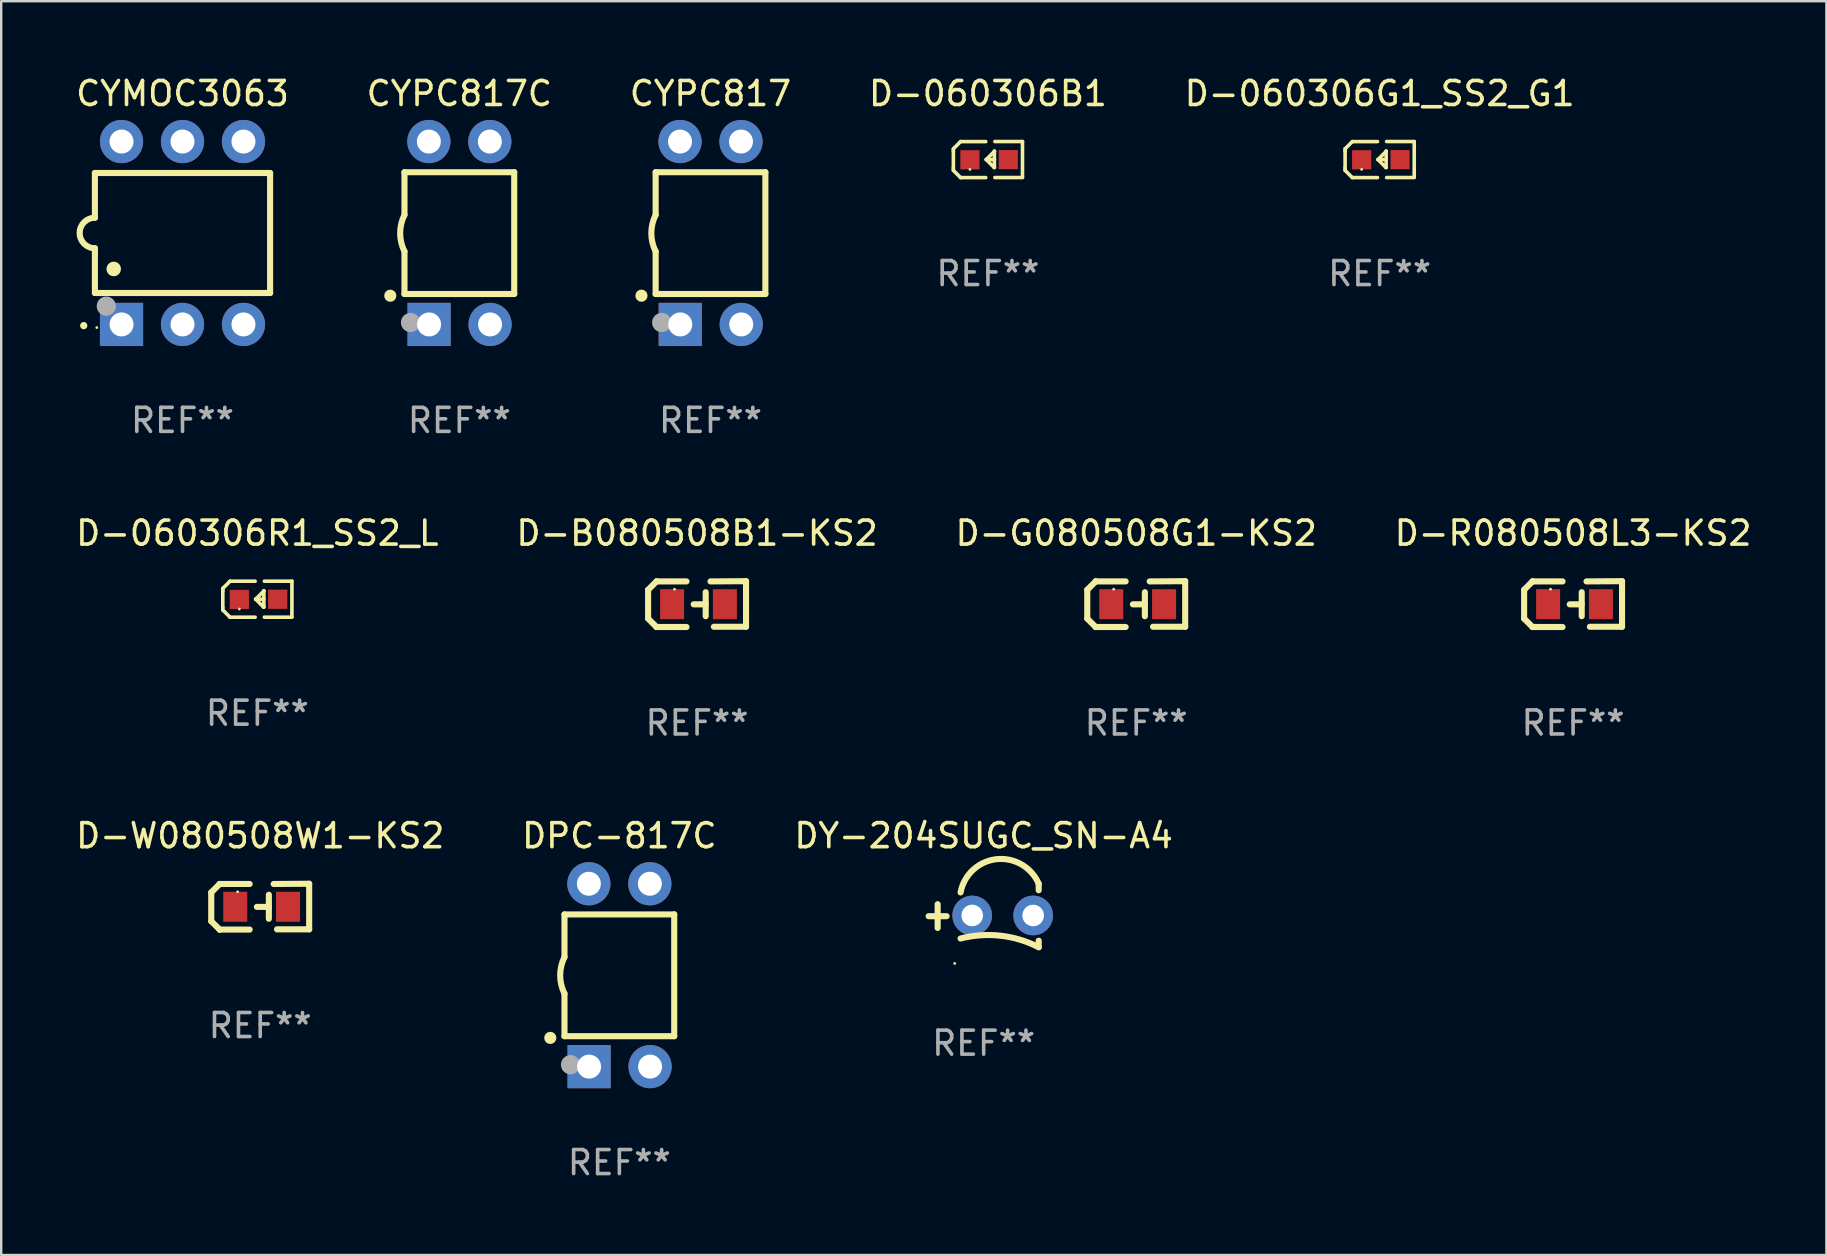
<source format=kicad_pcb>
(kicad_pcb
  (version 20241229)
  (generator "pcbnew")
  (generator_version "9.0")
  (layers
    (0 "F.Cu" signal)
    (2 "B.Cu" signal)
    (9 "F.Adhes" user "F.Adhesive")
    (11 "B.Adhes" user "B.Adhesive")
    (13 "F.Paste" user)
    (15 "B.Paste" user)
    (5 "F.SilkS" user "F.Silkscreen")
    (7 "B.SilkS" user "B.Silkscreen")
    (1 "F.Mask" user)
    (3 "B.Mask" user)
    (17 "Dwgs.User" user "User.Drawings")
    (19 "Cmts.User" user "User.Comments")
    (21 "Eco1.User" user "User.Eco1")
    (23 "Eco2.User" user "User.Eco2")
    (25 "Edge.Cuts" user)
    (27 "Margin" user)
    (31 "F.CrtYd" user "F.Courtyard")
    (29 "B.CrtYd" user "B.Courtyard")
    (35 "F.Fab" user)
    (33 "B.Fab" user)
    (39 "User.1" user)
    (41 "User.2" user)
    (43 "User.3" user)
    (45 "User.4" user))
  (footprint "CYMOC3063"
    (layer "F.Cu")
    (at 4.554 6.658)
    (property "Reference" "CYMOC3063" (at 0 -5.81 0) (layer "F.SilkS") (effects (font (size 1 1) (thickness 0.15))))
    (attr through_hole)
    (fp_line (start -3.65 -2.5) (end 3.65 -2.5) (stroke (width 0.254) (type solid)) (layer "F.SilkS"))
    (fp_line (start -3.65 -0.635) (end -3.65 -2.5) (stroke (width 0.254) (type solid)) (layer "F.SilkS"))
    (fp_line (start -3.65 0.635) (end -3.65 2.5) (stroke (width 0.254) (type solid)) (layer "F.SilkS"))
    (fp_line (start -3.65 2.5) (end 3.65 2.5) (stroke (width 0.254) (type solid)) (layer "F.SilkS"))
    (fp_line (start 3.65 -2.5) (end 3.65 2.5) (stroke (width 0.254) (type solid)) (layer "F.SilkS"))
    (fp_arc (start -4.114808 3.860808) (mid -4.114813 3.859538) (end -4.114808 3.858268) (stroke (width 0.3) (type solid)) (layer "F.SilkS"))
    (fp_arc (start -3.650013 0.635001) (mid -4.285014 0) (end -3.650013 -0.635001) (stroke (width 0.254001) (type solid)) (layer "F.SilkS"))
    (fp_arc (start -2.865405 1.501143) (mid -2.865416 1.498603) (end -2.865405 1.496063) (stroke (width 0.6) (type solid)) (layer "F.SilkS"))
    (fp_circle (center -3.57 3.94) (end -3.54 3.94) (stroke (width 0.06) (type solid)) (fill no) (layer "F.SilkS"))
    (fp_circle (center -3.175 3.048) (end -2.975 3.048) (stroke (width 0.4) (type solid)) (fill no) (layer "F.Fab"))
    (fp_text user "REF**" (at 0 7.81 0) (layer "F.Fab") (effects (font (size 1 1) (thickness 0.15))))
    (pad "1" thru_hole rect (at -2.54 3.81 90) (size 1.8 1.8) (drill 1) (layers "*.Cu" "*.Mask"))
    (pad "2" thru_hole circle (at 0 3.81) (size 1.8 1.8) (drill 1) (layers "*.Cu" "*.Mask"))
    (pad "3" thru_hole circle (at 2.54 3.81) (size 1.8 1.8) (drill 1) (layers "*.Cu" "*.Mask"))
    (pad "4" thru_hole circle (at 2.54 -3.81) (size 1.8 1.8) (drill 1) (layers "*.Cu" "*.Mask"))
    (pad "5" thru_hole circle (at 0 -3.81) (size 1.8 1.8) (drill 1) (layers "*.Cu" "*.Mask"))
    (pad "6" thru_hole circle (at -2.54 -3.81) (size 1.8 1.8) (drill 1) (layers "*.Cu" "*.Mask")))
  (footprint "D-060306R1_SS2_L"
    (layer "F.Cu")
    (at 7.673 21.916)
    (property "Reference" "D-060306R1_SS2_L" (at 0 -2.751 0) (layer "F.SilkS") (effects (font (size 1 1) (thickness 0.15))))
    (attr through_hole)
    (fp_line (start -1.44 -0.449) (end -1.14 -0.749) (stroke (width 0.15) (type solid)) (layer "F.SilkS"))
    (fp_line (start -1.44 -0.349) (end -1.44 -0.449) (stroke (width 0.15) (type solid)) (layer "F.SilkS"))
    (fp_line (start -1.44 -0.349) (end -1.44 0.351) (stroke (width 0.15) (type solid)) (layer "F.SilkS"))
    (fp_line (start -1.44 0.351) (end -1.44 0.451) (stroke (width 0.15) (type solid)) (layer "F.SilkS"))
    (fp_line (start -1.44 0.451) (end -1.14 0.751) (stroke (width 0.15) (type solid)) (layer "F.SilkS"))
    (fp_line (start -0.09 -0.749) (end -1.14 -0.749) (stroke (width 0.15) (type solid)) (layer "F.SilkS"))
    (fp_line (start -0.09 0.751) (end -1.14 0.751) (stroke (width 0.15) (type solid)) (layer "F.SilkS"))
    (fp_line (start 0.26 0.329) (end -0.07 -0.001) (stroke (width 0.15) (type solid)) (layer "F.SilkS"))
    (fp_line (start 0.27 -0.351) (end 0.27 -0.341) (stroke (width 0.15) (type solid)) (layer "F.SilkS"))
    (fp_line (start 0.27 -0.351) (end 0.27 0.329) (stroke (width 0.15) (type solid)) (layer "F.SilkS"))
    (fp_line (start 0.27 -0.341) (end -0.07 -0.001) (stroke (width 0.15) (type solid)) (layer "F.SilkS"))
    (fp_line (start 0.27 -0.001) (end -0.07 -0.001) (stroke (width 0.15) (type solid)) (layer "F.SilkS"))
    (fp_line (start 0.27 0.329) (end 0.26 0.329) (stroke (width 0.15) (type solid)) (layer "F.SilkS"))
    (fp_line (start 0.29 -0.751) (end 1.44 -0.751) (stroke (width 0.15) (type solid)) (layer "F.SilkS"))
    (fp_line (start 0.29 0.749) (end 1.44 0.749) (stroke (width 0.15) (type solid)) (layer "F.SilkS"))
    (fp_line (start 1.44 -0.751) (end 1.44 0.729) (stroke (width 0.15) (type solid)) (layer "F.SilkS"))
    (fp_circle (center -0.75 0.409) (end -0.72 0.409) (stroke (width 0.06) (type solid)) (fill no) (layer "F.SilkS"))
    (fp_text user "REF**" (at 0 4.751 0) (layer "F.Fab") (effects (font (size 1 1) (thickness 0.15))))
    (pad "1" smd rect (at -0.75 0.009 90) (size 0.8 0.8) (layers "F.Cu" "F.Mask" "F.Paste"))
    (pad "2" smd rect (at 0.849 0.002 90) (size 0.8 0.8) (layers "F.Cu" "F.Mask" "F.Paste")))
  (footprint "DY-204SUGC_SN-A4"
    (layer "F.Cu")
    (at 37.935 35.094)
    (property "Reference" "DY-204SUGC_SN-A4" (at 0 -3.323 0) (layer "F.SilkS") (effects (font (size 1 1) (thickness 0.15))))
    (attr through_hole)
    (fp_line (start -1.917 0.52) (end -1.917 -0.47) (stroke (width 0.254) (type solid)) (layer "F.SilkS"))
    (fp_line (start -1.543 0.03) (end -2.293 0.03) (stroke (width 0.254) (type solid)) (layer "F.SilkS"))
    (fp_line (start 2.293 -1.051) (end 2.293 -1.323) (stroke (width 0.254) (type solid)) (layer "F.SilkS"))
    (fp_line (start 2.293 1.323) (end 2.293 1.051) (stroke (width 0.254) (type solid)) (layer "F.SilkS"))
    (fp_arc (start -0.96124 0.960224) (mid 0.699225 0.843072) (end 2.293167 1.322885) (stroke (width 0.254001) (type solid)) (layer "F.SilkS"))
    (fp_arc (start -0.961239 -0.960224) (mid 0.531872 -2.344856) (end 2.293167 -1.322885) (stroke (width 0.254001) (type solid)) (layer "F.SilkS"))
    (fp_circle (center -1.207 2) (end -1.177 2) (stroke (width 0.06) (type solid)) (fill no) (layer "F.SilkS"))
    (fp_text user "REF**" (at 0 5.323 0) (layer "F.Fab") (effects (font (size 1 1) (thickness 0.15))))
    (pad "1" thru_hole circle (at -0.477 0) (size 1.651 1.651) (drill 0.9) (layers "*.Cu" "*.Mask"))
    (pad "2" thru_hole circle (at 2.063 0) (size 1.651 1.651) (drill 0.9) (layers "*.Cu" "*.Mask")))
  (footprint "DPC-817C"
    (layer "F.Cu")
    (at 22.756 37.582)
    (property "Reference" "DPC-817C" (at 0 -5.81 0) (layer "F.SilkS") (effects (font (size 1 1) (thickness 0.15))))
    (attr through_hole)
    (fp_line (start -2.286 -2.532) (end -2.286 -0.754) (stroke (width 0.254) (type solid)) (layer "F.SilkS"))
    (fp_line (start -2.286 -2.532) (end 2.286 -2.532) (stroke (width 0.254) (type solid)) (layer "F.SilkS"))
    (fp_line (start -2.286 0.77) (end -2.286 2.542) (stroke (width 0.254) (type solid)) (layer "F.SilkS"))
    (fp_line (start -2.286 2.542) (end 2.286 2.542) (stroke (width 0.254) (type solid)) (layer "F.SilkS"))
    (fp_line (start 2.286 -2.532) (end 2.286 2.542) (stroke (width 0.254) (type solid)) (layer "F.SilkS"))
    (fp_arc (start -2.286005 0.769952) (mid -2.465889 0.00795) (end -2.286005 -0.754051) (stroke (width 0.254001) (type solid)) (layer "F.SilkS"))
    (fp_circle (center -2.877 2.613) (end -2.75 2.613) (stroke (width 0.254) (type solid)) (fill no) (layer "F.SilkS"))
    (fp_circle (center -2.29 3.935) (end -2.26 3.935) (stroke (width 0.06) (type solid)) (fill no) (layer "F.SilkS"))
    (fp_circle (center -2.035 3.73) (end -1.835 3.73) (stroke (width 0.4) (type solid)) (fill no) (layer "F.Fab"))
    (fp_text user "REF**" (at 0 7.81 0) (layer "F.Fab") (effects (font (size 1 1) (thickness 0.15))))
    (pad "1" thru_hole rect (at -1.26 3.81 180) (size 1.8 1.8) (drill 1) (layers "*.Cu" "*.Mask"))
    (pad "2" thru_hole circle (at 1.28 3.81) (size 1.8 1.8) (drill 1) (layers "*.Cu" "*.Mask"))
    (pad "3" thru_hole circle (at 1.27 -3.81) (size 1.8 1.8) (drill 1) (layers "*.Cu" "*.Mask"))
    (pad "4" thru_hole circle (at -1.27 -3.81) (size 1.8 1.8) (drill 1) (layers "*.Cu" "*.Mask")))
  (footprint "CYPC817C"
    (layer "F.Cu")
    (at 16.089 6.658)
    (property "Reference" "CYPC817C" (at 0 -5.81 0) (layer "F.SilkS") (effects (font (size 1 1) (thickness 0.15))))
    (attr through_hole)
    (fp_line (start -2.286 -2.532) (end -2.286 -0.754) (stroke (width 0.254) (type solid)) (layer "F.SilkS"))
    (fp_line (start -2.286 -2.532) (end 2.286 -2.532) (stroke (width 0.254) (type solid)) (layer "F.SilkS"))
    (fp_line (start -2.286 0.77) (end -2.286 2.542) (stroke (width 0.254) (type solid)) (layer "F.SilkS"))
    (fp_line (start -2.286 2.542) (end 2.286 2.542) (stroke (width 0.254) (type solid)) (layer "F.SilkS"))
    (fp_line (start 2.286 -2.532) (end 2.286 2.542) (stroke (width 0.254) (type solid)) (layer "F.SilkS"))
    (fp_arc (start -2.286005 0.769952) (mid -2.465889 0.00795) (end -2.286005 -0.754051) (stroke (width 0.254001) (type solid)) (layer "F.SilkS"))
    (fp_circle (center -2.877 2.613) (end -2.75 2.613) (stroke (width 0.254) (type solid)) (fill no) (layer "F.SilkS"))
    (fp_circle (center -2.29 3.935) (end -2.26 3.935) (stroke (width 0.06) (type solid)) (fill no) (layer "F.SilkS"))
    (fp_circle (center -2.035 3.73) (end -1.835 3.73) (stroke (width 0.4) (type solid)) (fill no) (layer "F.Fab"))
    (fp_text user "REF**" (at 0 7.81 0) (layer "F.Fab") (effects (font (size 1 1) (thickness 0.15))))
    (pad "1" thru_hole rect (at -1.26 3.81 180) (size 1.8 1.8) (drill 1) (layers "*.Cu" "*.Mask"))
    (pad "2" thru_hole circle (at 1.28 3.81) (size 1.8 1.8) (drill 1) (layers "*.Cu" "*.Mask"))
    (pad "3" thru_hole circle (at 1.27 -3.81) (size 1.8 1.8) (drill 1) (layers "*.Cu" "*.Mask"))
    (pad "4" thru_hole circle (at -1.27 -3.81) (size 1.8 1.8) (drill 1) (layers "*.Cu" "*.Mask")))
  (footprint "D-R080508L3-KS2"
    (layer "F.Cu")
    (at 62.494 22.12)
    (property "Reference" "D-R080508L3-KS2" (at 0 -2.955 0) (layer "F.SilkS") (effects (font (size 1 1) (thickness 0.15))))
    (attr through_hole)
    (fp_line (start -2.04 -0.595) (end -2.04 0.605) (stroke (width 0.254) (type solid)) (layer "F.SilkS"))
    (fp_line (start -1.69 -0.945) (end -1.69 -0.945) (stroke (width 0.254) (type solid)) (layer "F.SilkS"))
    (fp_line (start -1.69 -0.945) (end -2.04 -0.595) (stroke (width 0.254) (type solid)) (layer "F.SilkS"))
    (fp_line (start -1.69 0.955) (end -2.04 0.605) (stroke (width 0.254) (type solid)) (layer "F.SilkS"))
    (fp_line (start -1.69 0.955) (end -1.69 0.955) (stroke (width 0.254) (type solid)) (layer "F.SilkS"))
    (fp_line (start -0.44 -0.945) (end -1.69 -0.945) (stroke (width 0.254) (type solid)) (layer "F.SilkS"))
    (fp_line (start -0.44 0.955) (end -1.69 0.955) (stroke (width 0.254) (type solid)) (layer "F.SilkS"))
    (fp_line (start 0.36 -0.495) (end 0.36 0.505) (stroke (width 0.254) (type solid)) (layer "F.SilkS"))
    (fp_line (start 0.36 0.01) (end -0.14 0.01) (stroke (width 0.254) (type solid)) (layer "F.SilkS"))
    (fp_line (start 0.56 -0.945) (end 2.04 -0.955) (stroke (width 0.254) (type solid)) (layer "F.SilkS"))
    (fp_line (start 0.7 0.945) (end 2.04 0.945) (stroke (width 0.254) (type solid)) (layer "F.SilkS"))
    (fp_line (start 2.04 -0.955) (end 2.04 0.945) (stroke (width 0.254) (type solid)) (layer "F.SilkS"))
    (fp_circle (center -0.94 -0.62) (end -0.91 -0.62) (stroke (width 0.06) (type solid)) (fill no) (layer "F.SilkS"))
    (fp_text user "REF**" (at 0 4.955 0) (layer "F.Fab") (effects (font (size 1 1) (thickness 0.15))))
    (pad "1" smd rect (at -1.04 0.005 180) (size 1 1.25) (layers "F.Cu" "F.Mask" "F.Paste"))
    (pad "2" smd rect (at 1.16 0.005 180) (size 1 1.25) (layers "F.Cu" "F.Mask" "F.Paste")))
  (footprint "D-B080508B1-KS2"
    (layer "F.Cu")
    (at 25.994 22.12)
    (property "Reference" "D-B080508B1-KS2" (at 0 -2.955 0) (layer "F.SilkS") (effects (font (size 1 1) (thickness 0.15))))
    (attr through_hole)
    (fp_line (start -2.04 -0.595) (end -2.04 0.605) (stroke (width 0.254) (type solid)) (layer "F.SilkS"))
    (fp_line (start -1.69 -0.945) (end -1.69 -0.945) (stroke (width 0.254) (type solid)) (layer "F.SilkS"))
    (fp_line (start -1.69 -0.945) (end -2.04 -0.595) (stroke (width 0.254) (type solid)) (layer "F.SilkS"))
    (fp_line (start -1.69 0.955) (end -2.04 0.605) (stroke (width 0.254) (type solid)) (layer "F.SilkS"))
    (fp_line (start -1.69 0.955) (end -1.69 0.955) (stroke (width 0.254) (type solid)) (layer "F.SilkS"))
    (fp_line (start -0.44 -0.945) (end -1.69 -0.945) (stroke (width 0.254) (type solid)) (layer "F.SilkS"))
    (fp_line (start -0.44 0.955) (end -1.69 0.955) (stroke (width 0.254) (type solid)) (layer "F.SilkS"))
    (fp_line (start 0.36 -0.495) (end 0.36 0.505) (stroke (width 0.254) (type solid)) (layer "F.SilkS"))
    (fp_line (start 0.36 0.01) (end -0.14 0.01) (stroke (width 0.254) (type solid)) (layer "F.SilkS"))
    (fp_line (start 0.56 -0.945) (end 2.04 -0.955) (stroke (width 0.254) (type solid)) (layer "F.SilkS"))
    (fp_line (start 0.7 0.945) (end 2.04 0.945) (stroke (width 0.254) (type solid)) (layer "F.SilkS"))
    (fp_line (start 2.04 -0.955) (end 2.04 0.945) (stroke (width 0.254) (type solid)) (layer "F.SilkS"))
    (fp_circle (center -0.94 -0.62) (end -0.91 -0.62) (stroke (width 0.06) (type solid)) (fill no) (layer "F.SilkS"))
    (fp_text user "REF**" (at 0 4.955 0) (layer "F.Fab") (effects (font (size 1 1) (thickness 0.15))))
    (pad "1" smd rect (at -1.04 0.005 180) (size 1 1.25) (layers "F.Cu" "F.Mask" "F.Paste"))
    (pad "2" smd rect (at 1.16 0.005 180) (size 1 1.25) (layers "F.Cu" "F.Mask" "F.Paste")))
  (footprint "CYPC817"
    (layer "F.Cu")
    (at 26.554 6.658)
    (property "Reference" "CYPC817" (at 0 -5.81 0) (layer "F.SilkS") (effects (font (size 1 1) (thickness 0.15))))
    (attr through_hole)
    (fp_line (start -2.286 -2.532) (end -2.286 -0.754) (stroke (width 0.254) (type solid)) (layer "F.SilkS"))
    (fp_line (start -2.286 -2.532) (end 2.286 -2.532) (stroke (width 0.254) (type solid)) (layer "F.SilkS"))
    (fp_line (start -2.286 0.77) (end -2.286 2.542) (stroke (width 0.254) (type solid)) (layer "F.SilkS"))
    (fp_line (start -2.286 2.542) (end 2.286 2.542) (stroke (width 0.254) (type solid)) (layer "F.SilkS"))
    (fp_line (start 2.286 -2.532) (end 2.286 2.542) (stroke (width 0.254) (type solid)) (layer "F.SilkS"))
    (fp_arc (start -2.286005 0.769952) (mid -2.465889 0.00795) (end -2.286005 -0.754051) (stroke (width 0.254001) (type solid)) (layer "F.SilkS"))
    (fp_circle (center -2.877 2.613) (end -2.75 2.613) (stroke (width 0.254) (type solid)) (fill no) (layer "F.SilkS"))
    (fp_circle (center -2.29 3.935) (end -2.26 3.935) (stroke (width 0.06) (type solid)) (fill no) (layer "F.SilkS"))
    (fp_circle (center -2.035 3.73) (end -1.835 3.73) (stroke (width 0.4) (type solid)) (fill no) (layer "F.Fab"))
    (fp_text user "REF**" (at 0 7.81 0) (layer "F.Fab") (effects (font (size 1 1) (thickness 0.15))))
    (pad "1" thru_hole rect (at -1.26 3.81 180) (size 1.8 1.8) (drill 1) (layers "*.Cu" "*.Mask"))
    (pad "2" thru_hole circle (at 1.28 3.81) (size 1.8 1.8) (drill 1) (layers "*.Cu" "*.Mask"))
    (pad "3" thru_hole circle (at 1.27 -3.81) (size 1.8 1.8) (drill 1) (layers "*.Cu" "*.Mask"))
    (pad "4" thru_hole circle (at -1.27 -3.81) (size 1.8 1.8) (drill 1) (layers "*.Cu" "*.Mask")))
  (footprint "D-W080508W1-KS2"
    (layer "F.Cu")
    (at 7.792 34.727)
    (property "Reference" "D-W080508W1-KS2" (at 0 -2.955 0) (layer "F.SilkS") (effects (font (size 1 1) (thickness 0.15))))
    (attr through_hole)
    (fp_line (start -2.04 -0.595) (end -2.04 0.605) (stroke (width 0.254) (type solid)) (layer "F.SilkS"))
    (fp_line (start -1.69 -0.945) (end -1.69 -0.945) (stroke (width 0.254) (type solid)) (layer "F.SilkS"))
    (fp_line (start -1.69 -0.945) (end -2.04 -0.595) (stroke (width 0.254) (type solid)) (layer "F.SilkS"))
    (fp_line (start -1.69 0.955) (end -2.04 0.605) (stroke (width 0.254) (type solid)) (layer "F.SilkS"))
    (fp_line (start -1.69 0.955) (end -1.69 0.955) (stroke (width 0.254) (type solid)) (layer "F.SilkS"))
    (fp_line (start -0.44 -0.945) (end -1.69 -0.945) (stroke (width 0.254) (type solid)) (layer "F.SilkS"))
    (fp_line (start -0.44 0.955) (end -1.69 0.955) (stroke (width 0.254) (type solid)) (layer "F.SilkS"))
    (fp_line (start 0.36 -0.495) (end 0.36 0.505) (stroke (width 0.254) (type solid)) (layer "F.SilkS"))
    (fp_line (start 0.36 0.01) (end -0.14 0.01) (stroke (width 0.254) (type solid)) (layer "F.SilkS"))
    (fp_line (start 0.56 -0.945) (end 2.04 -0.955) (stroke (width 0.254) (type solid)) (layer "F.SilkS"))
    (fp_line (start 0.7 0.945) (end 2.04 0.945) (stroke (width 0.254) (type solid)) (layer "F.SilkS"))
    (fp_line (start 2.04 -0.955) (end 2.04 0.945) (stroke (width 0.254) (type solid)) (layer "F.SilkS"))
    (fp_circle (center -0.94 -0.62) (end -0.91 -0.62) (stroke (width 0.06) (type solid)) (fill no) (layer "F.SilkS"))
    (fp_text user "REF**" (at 0 4.955 0) (layer "F.Fab") (effects (font (size 1 1) (thickness 0.15))))
    (pad "1" smd rect (at -1.04 0.005 180) (size 1 1.25) (layers "F.Cu" "F.Mask" "F.Paste"))
    (pad "2" smd rect (at 1.16 0.005 180) (size 1 1.25) (layers "F.Cu" "F.Mask" "F.Paste")))
  (footprint "D-060306G1_SS2_G1"
    (layer "F.Cu")
    (at 54.435 3.599)
    (property "Reference" "D-060306G1_SS2_G1" (at 0 -2.751 0) (layer "F.SilkS") (effects (font (size 1 1) (thickness 0.15))))
    (attr through_hole)
    (fp_line (start -1.44 -0.449) (end -1.14 -0.749) (stroke (width 0.15) (type solid)) (layer "F.SilkS"))
    (fp_line (start -1.44 -0.349) (end -1.44 -0.449) (stroke (width 0.15) (type solid)) (layer "F.SilkS"))
    (fp_line (start -1.44 -0.349) (end -1.44 0.351) (stroke (width 0.15) (type solid)) (layer "F.SilkS"))
    (fp_line (start -1.44 0.351) (end -1.44 0.451) (stroke (width 0.15) (type solid)) (layer "F.SilkS"))
    (fp_line (start -1.44 0.451) (end -1.14 0.751) (stroke (width 0.15) (type solid)) (layer "F.SilkS"))
    (fp_line (start -0.09 -0.749) (end -1.14 -0.749) (stroke (width 0.15) (type solid)) (layer "F.SilkS"))
    (fp_line (start -0.09 0.751) (end -1.14 0.751) (stroke (width 0.15) (type solid)) (layer "F.SilkS"))
    (fp_line (start 0.26 0.329) (end -0.07 -0.001) (stroke (width 0.15) (type solid)) (layer "F.SilkS"))
    (fp_line (start 0.27 -0.351) (end 0.27 -0.341) (stroke (width 0.15) (type solid)) (layer "F.SilkS"))
    (fp_line (start 0.27 -0.351) (end 0.27 0.329) (stroke (width 0.15) (type solid)) (layer "F.SilkS"))
    (fp_line (start 0.27 -0.341) (end -0.07 -0.001) (stroke (width 0.15) (type solid)) (layer "F.SilkS"))
    (fp_line (start 0.27 -0.001) (end -0.07 -0.001) (stroke (width 0.15) (type solid)) (layer "F.SilkS"))
    (fp_line (start 0.27 0.329) (end 0.26 0.329) (stroke (width 0.15) (type solid)) (layer "F.SilkS"))
    (fp_line (start 0.29 -0.751) (end 1.44 -0.751) (stroke (width 0.15) (type solid)) (layer "F.SilkS"))
    (fp_line (start 0.29 0.749) (end 1.44 0.749) (stroke (width 0.15) (type solid)) (layer "F.SilkS"))
    (fp_line (start 1.44 -0.751) (end 1.44 0.729) (stroke (width 0.15) (type solid)) (layer "F.SilkS"))
    (fp_circle (center -0.75 0.409) (end -0.72 0.409) (stroke (width 0.06) (type solid)) (fill no) (layer "F.SilkS"))
    (fp_text user "REF**" (at 0 4.751 0) (layer "F.Fab") (effects (font (size 1 1) (thickness 0.15))))
    (pad "1" smd rect (at -0.75 0.009 90) (size 0.8 0.8) (layers "F.Cu" "F.Mask" "F.Paste"))
    (pad "2" smd rect (at 0.849 0.002 90) (size 0.8 0.8) (layers "F.Cu" "F.Mask" "F.Paste")))
  (footprint "D-G080508G1-KS2"
    (layer "F.Cu")
    (at 44.292 22.12)
    (property "Reference" "D-G080508G1-KS2" (at 0 -2.955 0) (layer "F.SilkS") (effects (font (size 1 1) (thickness 0.15))))
    (attr through_hole)
    (fp_line (start -2.04 -0.595) (end -2.04 0.605) (stroke (width 0.254) (type solid)) (layer "F.SilkS"))
    (fp_line (start -1.69 -0.945) (end -1.69 -0.945) (stroke (width 0.254) (type solid)) (layer "F.SilkS"))
    (fp_line (start -1.69 -0.945) (end -2.04 -0.595) (stroke (width 0.254) (type solid)) (layer "F.SilkS"))
    (fp_line (start -1.69 0.955) (end -2.04 0.605) (stroke (width 0.254) (type solid)) (layer "F.SilkS"))
    (fp_line (start -1.69 0.955) (end -1.69 0.955) (stroke (width 0.254) (type solid)) (layer "F.SilkS"))
    (fp_line (start -0.44 -0.945) (end -1.69 -0.945) (stroke (width 0.254) (type solid)) (layer "F.SilkS"))
    (fp_line (start -0.44 0.955) (end -1.69 0.955) (stroke (width 0.254) (type solid)) (layer "F.SilkS"))
    (fp_line (start 0.36 -0.495) (end 0.36 0.505) (stroke (width 0.254) (type solid)) (layer "F.SilkS"))
    (fp_line (start 0.36 0.01) (end -0.14 0.01) (stroke (width 0.254) (type solid)) (layer "F.SilkS"))
    (fp_line (start 0.56 -0.945) (end 2.04 -0.955) (stroke (width 0.254) (type solid)) (layer "F.SilkS"))
    (fp_line (start 0.7 0.945) (end 2.04 0.945) (stroke (width 0.254) (type solid)) (layer "F.SilkS"))
    (fp_line (start 2.04 -0.955) (end 2.04 0.945) (stroke (width 0.254) (type solid)) (layer "F.SilkS"))
    (fp_circle (center -0.94 -0.62) (end -0.91 -0.62) (stroke (width 0.06) (type solid)) (fill no) (layer "F.SilkS"))
    (fp_text user "REF**" (at 0 4.955 0) (layer "F.Fab") (effects (font (size 1 1) (thickness 0.15))))
    (pad "1" smd rect (at -1.04 0.005 180) (size 1 1.25) (layers "F.Cu" "F.Mask" "F.Paste"))
    (pad "2" smd rect (at 1.16 0.005 180) (size 1 1.25) (layers "F.Cu" "F.Mask" "F.Paste")))
  (footprint "D-060306B1"
    (layer "F.Cu")
    (at 38.113 3.599)
    (property "Reference" "D-060306B1" (at 0 -2.751 0) (layer "F.SilkS") (effects (font (size 1 1) (thickness 0.15))))
    (attr through_hole)
    (fp_line (start -1.44 -0.449) (end -1.14 -0.749) (stroke (width 0.15) (type solid)) (layer "F.SilkS"))
    (fp_line (start -1.44 -0.349) (end -1.44 -0.449) (stroke (width 0.15) (type solid)) (layer "F.SilkS"))
    (fp_line (start -1.44 -0.349) (end -1.44 0.351) (stroke (width 0.15) (type solid)) (layer "F.SilkS"))
    (fp_line (start -1.44 0.351) (end -1.44 0.451) (stroke (width 0.15) (type solid)) (layer "F.SilkS"))
    (fp_line (start -1.44 0.451) (end -1.14 0.751) (stroke (width 0.15) (type solid)) (layer "F.SilkS"))
    (fp_line (start -0.09 -0.749) (end -1.14 -0.749) (stroke (width 0.15) (type solid)) (layer "F.SilkS"))
    (fp_line (start -0.09 0.751) (end -1.14 0.751) (stroke (width 0.15) (type solid)) (layer "F.SilkS"))
    (fp_line (start 0.26 0.329) (end -0.07 -0.001) (stroke (width 0.15) (type solid)) (layer "F.SilkS"))
    (fp_line (start 0.27 -0.351) (end 0.27 -0.341) (stroke (width 0.15) (type solid)) (layer "F.SilkS"))
    (fp_line (start 0.27 -0.351) (end 0.27 0.329) (stroke (width 0.15) (type solid)) (layer "F.SilkS"))
    (fp_line (start 0.27 -0.341) (end -0.07 -0.001) (stroke (width 0.15) (type solid)) (layer "F.SilkS"))
    (fp_line (start 0.27 -0.001) (end -0.07 -0.001) (stroke (width 0.15) (type solid)) (layer "F.SilkS"))
    (fp_line (start 0.27 0.329) (end 0.26 0.329) (stroke (width 0.15) (type solid)) (layer "F.SilkS"))
    (fp_line (start 0.29 -0.751) (end 1.44 -0.751) (stroke (width 0.15) (type solid)) (layer "F.SilkS"))
    (fp_line (start 0.29 0.749) (end 1.44 0.749) (stroke (width 0.15) (type solid)) (layer "F.SilkS"))
    (fp_line (start 1.44 -0.751) (end 1.44 0.729) (stroke (width 0.15) (type solid)) (layer "F.SilkS"))
    (fp_circle (center -0.75 0.409) (end -0.72 0.409) (stroke (width 0.06) (type solid)) (fill no) (layer "F.SilkS"))
    (fp_text user "REF**" (at 0 4.751 0) (layer "F.Fab") (effects (font (size 1 1) (thickness 0.15))))
    (pad "1" smd rect (at -0.75 0.009 90) (size 0.8 0.8) (layers "F.Cu" "F.Mask" "F.Paste"))
    (pad "2" smd rect (at 0.849 0.002 90) (size 0.8 0.8) (layers "F.Cu" "F.Mask" "F.Paste")))
  (gr_rect
    (start -3 -3)
    (end 73.048 49.24)
    (stroke (width 0.1) (type default))
    (fill no)
    (layer "Edge.Cuts")))
</source>
